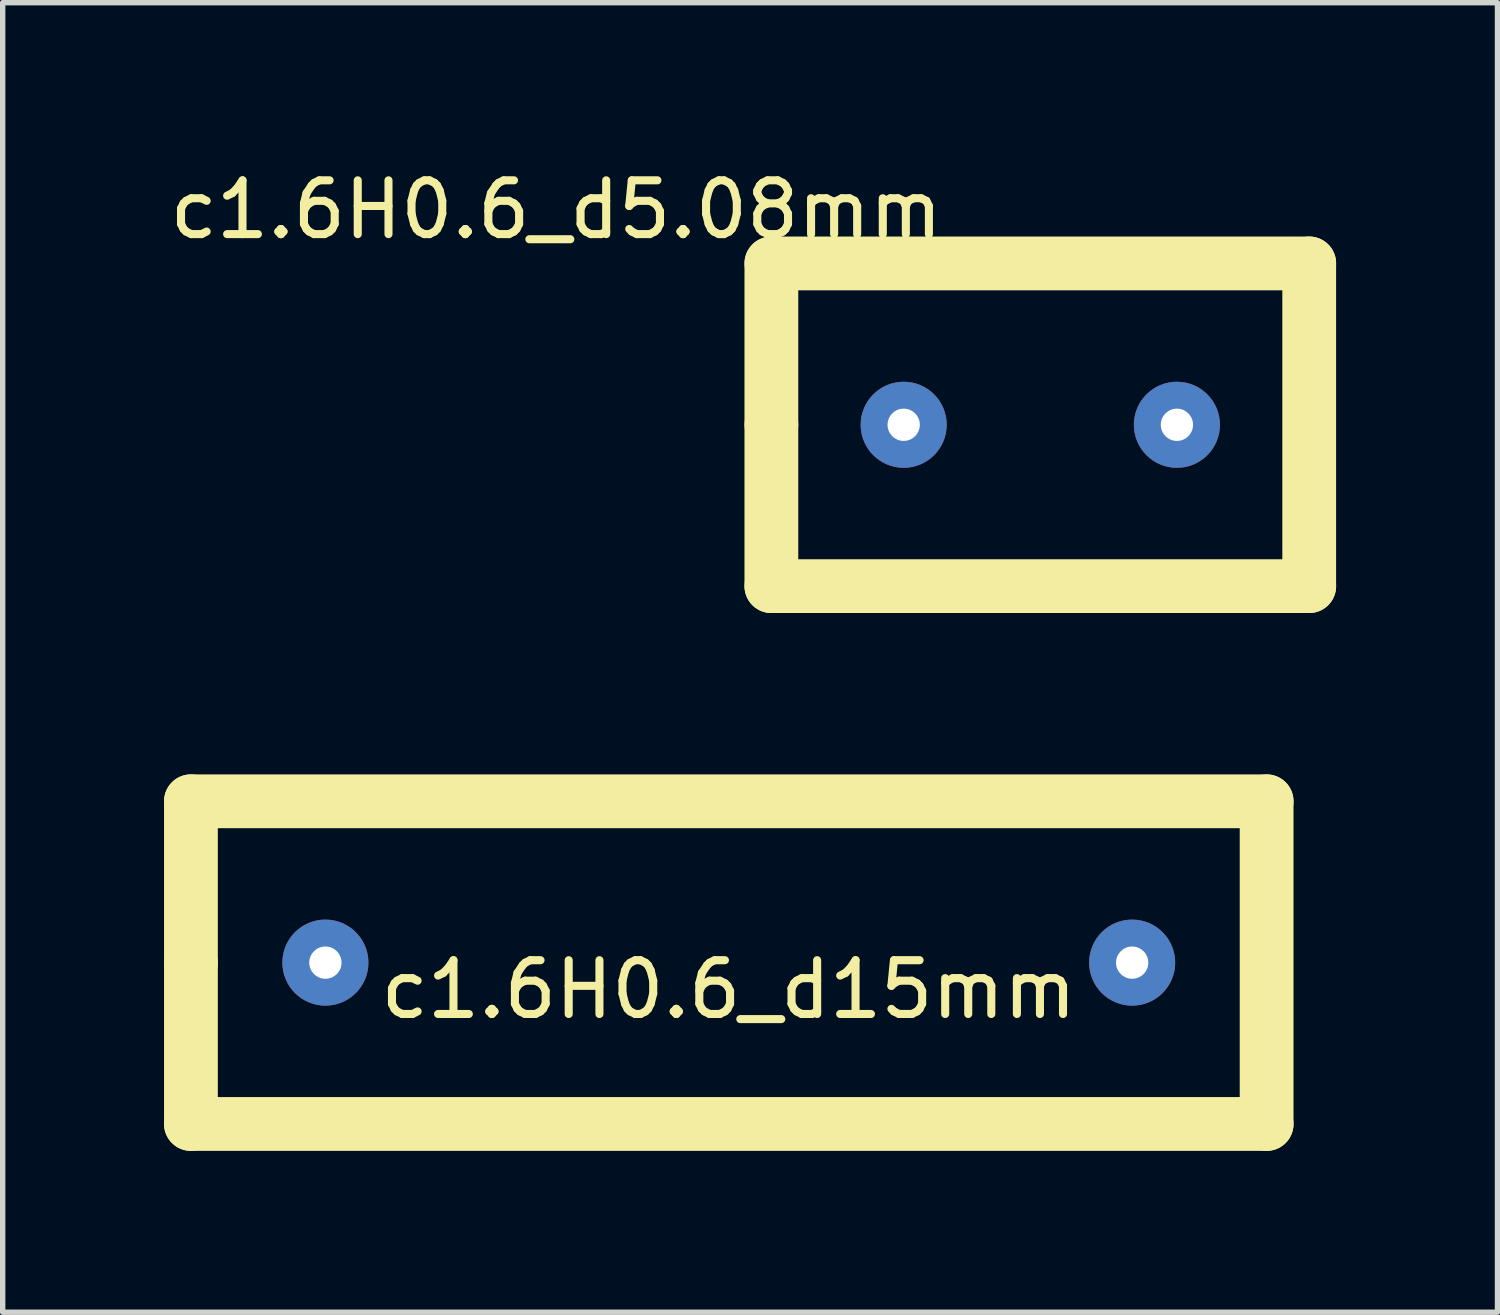
<source format=kicad_pcb>
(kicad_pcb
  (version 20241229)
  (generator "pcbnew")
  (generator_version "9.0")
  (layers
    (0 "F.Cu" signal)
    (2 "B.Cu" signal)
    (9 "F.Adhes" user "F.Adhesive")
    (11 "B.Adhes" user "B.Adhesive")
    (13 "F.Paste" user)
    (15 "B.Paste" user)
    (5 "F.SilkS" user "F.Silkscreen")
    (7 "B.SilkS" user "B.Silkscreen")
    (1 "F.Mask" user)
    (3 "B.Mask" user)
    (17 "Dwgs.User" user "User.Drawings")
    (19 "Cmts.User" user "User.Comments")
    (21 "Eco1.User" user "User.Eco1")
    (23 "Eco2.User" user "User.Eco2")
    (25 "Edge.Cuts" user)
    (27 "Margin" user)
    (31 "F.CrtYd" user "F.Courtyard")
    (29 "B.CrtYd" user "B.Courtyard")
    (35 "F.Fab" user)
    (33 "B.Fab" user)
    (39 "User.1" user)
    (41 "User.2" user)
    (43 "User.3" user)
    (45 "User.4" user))
  (footprint "c1.6H0.6_d15mm"
    (layer "F.Cu")
    (at 10.5 14.848)
    (property "Reference" "c1.6H0.6_d15mm" (at 0 0.5 0) (layer "F.SilkS") (effects (font (size 1 1) (thickness 0.15))))
    (attr through_hole)
    (fp_line (start -10 -3) (end 10 -3) (stroke (width 1) (type solid)) (layer "F.SilkS"))
    (fp_line (start -10 0) (end -10 -3) (stroke (width 1) (type solid)) (layer "F.SilkS"))
    (fp_line (start -10 3) (end -10 0) (stroke (width 1) (type solid)) (layer "F.SilkS"))
    (fp_line (start 10 -3) (end 10 3) (stroke (width 1) (type solid)) (layer "F.SilkS"))
    (fp_line (start 10 3) (end -10 3) (stroke (width 1) (type solid)) (layer "F.SilkS"))
    (pad "1" thru_hole circle (at -7.5 0) (size 1.6 1.6) (drill 0.6) (layers "*.Cu" "*.Mask"))
    (pad "2" thru_hole circle (at 7.5 0) (size 1.6 1.6) (drill 0.6) (layers "*.Cu" "*.Mask")))
  (footprint "c1.6H0.6_d5.08mm"
    (layer "F.Cu")
    (at 16.292 4.848)
    (property "Reference" "c1.6H0.6_d5.08mm" (at -9 -4 0) (layer "F.SilkS") (effects (font (size 1 1) (thickness 0.15))))
    (attr through_hole)
    (fp_line (start -5 -3) (end 5 -3) (stroke (width 1) (type solid)) (layer "F.SilkS"))
    (fp_line (start -5 0) (end -5 -3) (stroke (width 1) (type solid)) (layer "F.SilkS"))
    (fp_line (start -5 3) (end -5 0) (stroke (width 1) (type solid)) (layer "F.SilkS"))
    (fp_line (start 5 -3) (end 5 3) (stroke (width 1) (type solid)) (layer "F.SilkS"))
    (fp_line (start 5 3) (end -5 3) (stroke (width 1) (type solid)) (layer "F.SilkS"))
    (pad "1" thru_hole circle (at -2.54 0) (size 1.6 1.6) (drill 0.6) (layers "*.Cu" "*.Mask"))
    (pad "2" thru_hole circle (at 2.54 0) (size 1.6 1.6) (drill 0.6) (layers "*.Cu" "*.Mask")))
  (gr_rect
    (start -3 -3)
    (end 24.792 21.348)
    (stroke (width 0.1) (type default))
    (fill no)
    (layer "Edge.Cuts")))
</source>
